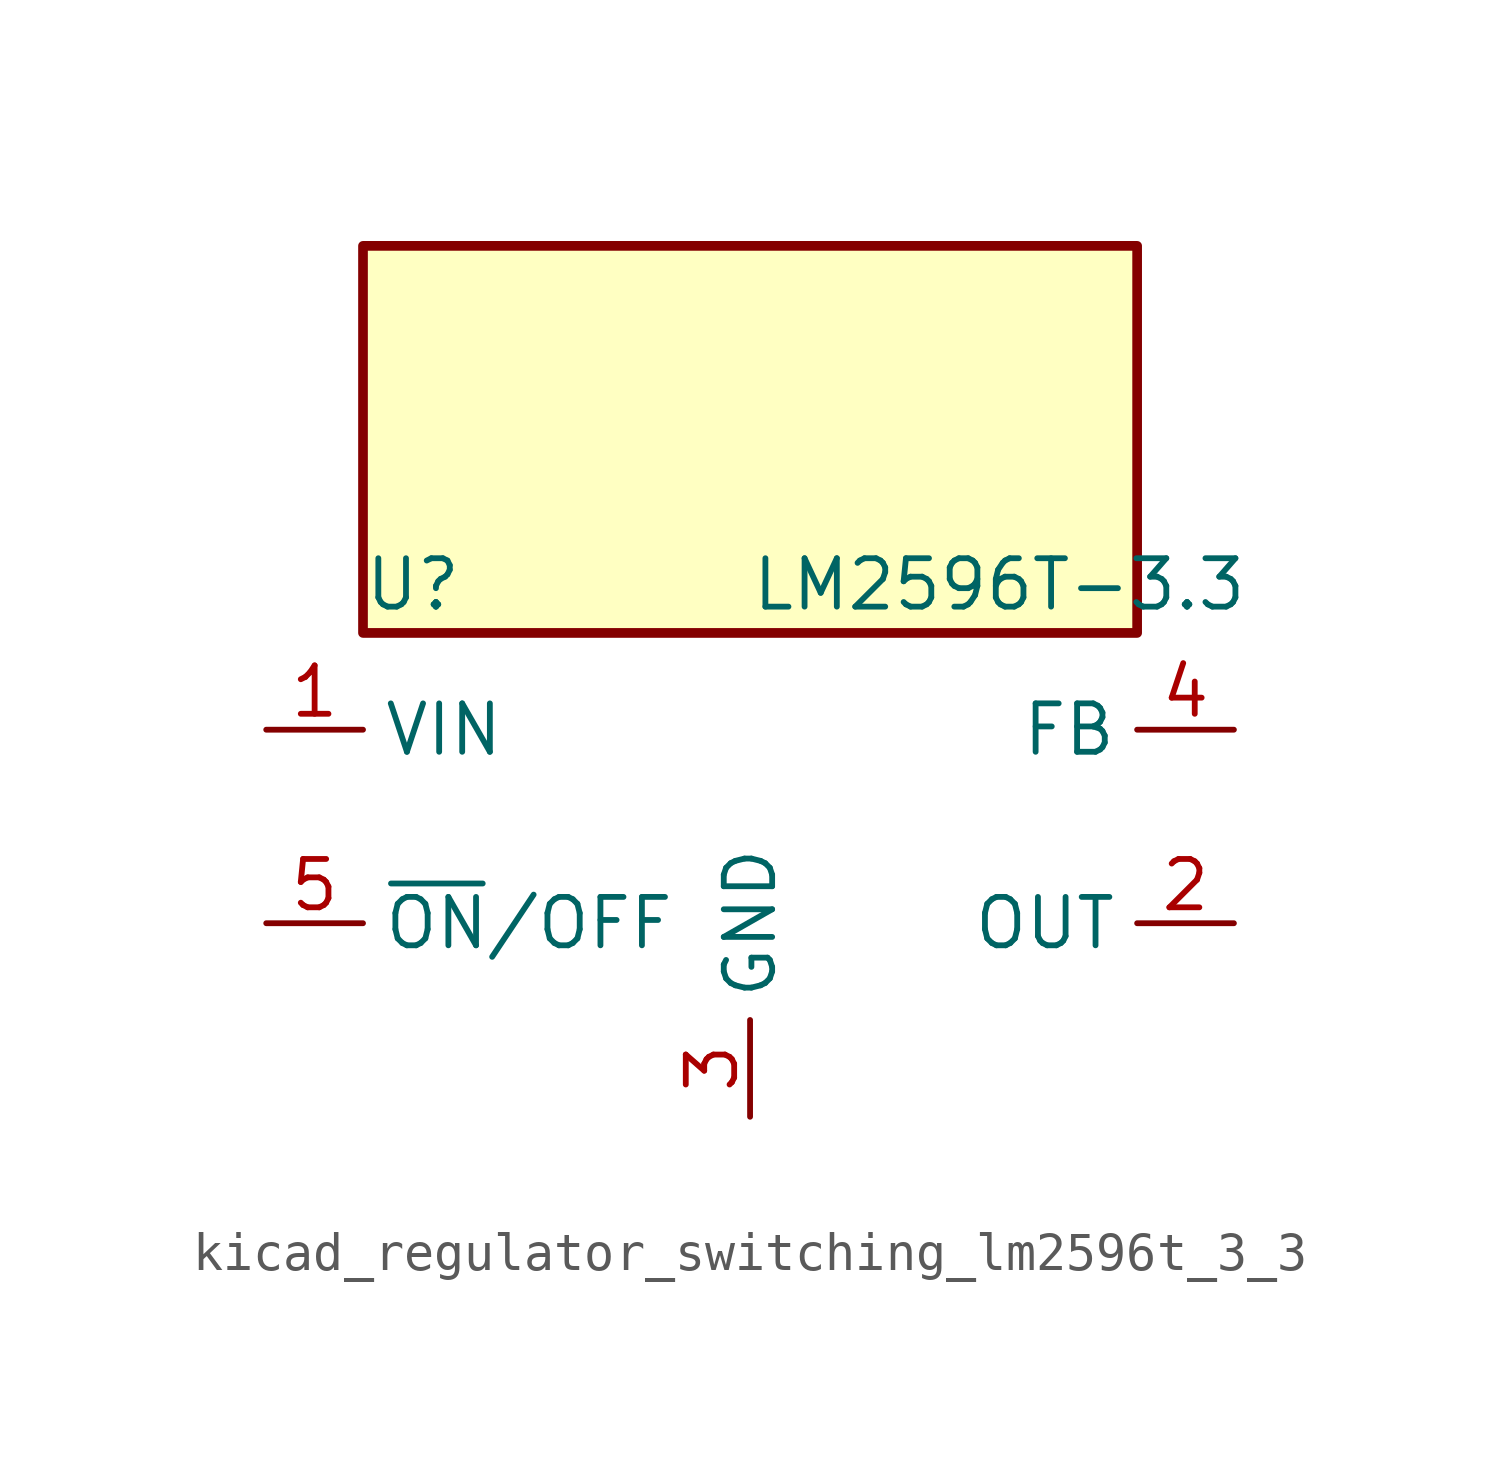
<source format=kicad_sym>
(kicad_symbol_lib
  (version 20220914)
  (generator kicad_symbol_editor)
  (symbol "kicad_regulator_switching_lm2596t_3_3"
    (property "Reference" "U"
      (at -10.16 6.35 0)
      (effects (font (size 1.27 1.27)) (justify left)))
    (property "Value" "LM2596T-3.3"
      (at 0 6.35 0)
      (effects (font (size 1.27 1.27)) (justify left)))
    (symbol "kicad_regulator_switching_lm2596t_3_3_0_1"
      (rectangle (start 10.16 15.24) (end -10.16 5.08) (stroke (width 0.254) (type default)) (fill (type background))))
    (symbol "kicad_regulator_switching_lm2596t_3_3_1_1"
      (pin power_in line (at -12.7 2.54 0) (length 2.54) (name "VIN" (effects (font (size 1.27 1.27)))) (number "1" (effects (font (size 1.27 1.27)))))
      (pin output line (at 12.7 -2.54 180) (length 2.54) (name "OUT" (effects (font (size 1.27 1.27)))) (number "2" (effects (font (size 1.27 1.27)))))
      (pin power_in line (at 0 -7.62 90) (length 2.54) (name "GND" (effects (font (size 1.27 1.27)))) (number "3" (effects (font (size 1.27 1.27)))))
      (pin input line (at 12.7 2.54 180) (length 2.54) (name "FB" (effects (font (size 1.27 1.27)))) (number "4" (effects (font (size 1.27 1.27)))))
      (pin input line (at -12.7 -2.54 0) (length 2.54) (name "~{ON}/OFF" (effects (font (size 1.27 1.27)))) (number "5" (effects (font (size 1.27 1.27))))))))
</source>
